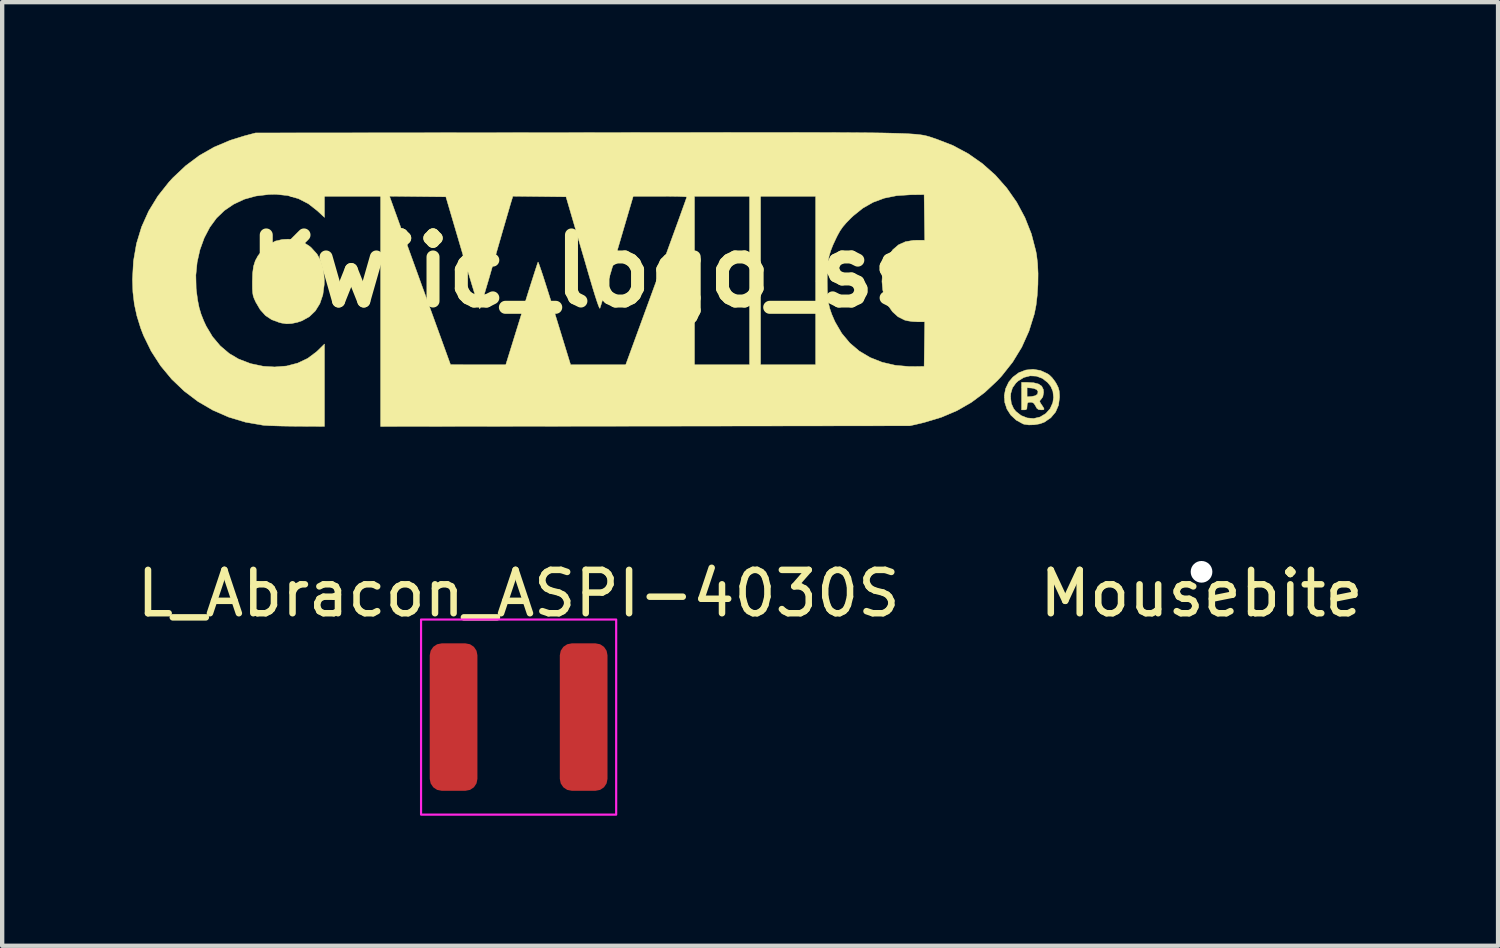
<source format=kicad_pcb>
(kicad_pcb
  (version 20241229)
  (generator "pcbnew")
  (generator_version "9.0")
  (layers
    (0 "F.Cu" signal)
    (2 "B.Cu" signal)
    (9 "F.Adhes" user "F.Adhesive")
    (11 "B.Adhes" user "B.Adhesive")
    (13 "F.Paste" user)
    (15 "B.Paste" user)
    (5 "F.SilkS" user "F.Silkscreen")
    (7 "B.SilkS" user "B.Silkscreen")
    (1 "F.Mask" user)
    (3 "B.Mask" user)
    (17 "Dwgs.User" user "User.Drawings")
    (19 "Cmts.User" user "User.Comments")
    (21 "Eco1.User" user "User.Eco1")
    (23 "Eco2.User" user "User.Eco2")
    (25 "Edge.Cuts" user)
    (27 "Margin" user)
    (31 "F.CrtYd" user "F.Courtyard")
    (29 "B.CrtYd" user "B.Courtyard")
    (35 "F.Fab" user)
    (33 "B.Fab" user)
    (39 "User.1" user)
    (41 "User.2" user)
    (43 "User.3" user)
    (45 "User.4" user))
  (footprint "Kwiic_logo_ss"
    (layer "F.Cu")
    (at 10.529 3.203)
    (property "Reference" "Kwiic_logo_ss" (at 0 0 0) (layer "F.SilkS") (effects (font (size 1.524 1.524) (thickness 0.3))))
    (attr through_hole)
    (fp_poly (pts (xy -6.746 -0.72) (xy -6.584 -0.667) (xy -6.438 -0.573) (xy -6.4 -0.54) (xy -6.267 -0.393) (xy -6.174 -0.223) (xy -6.118 -0.026) (xy -6.099 0.202) (xy -6.102 0.315) (xy -6.133 0.547) (xy -6.202 0.749) (xy -6.306 0.917) (xy -6.444 1.05) (xy -6.614 1.145) (xy -6.722 1.181) (xy -6.856 1.209) (xy -6.97 1.215) (xy -7.087 1.197) (xy -7.139 1.184) (xy -7.314 1.119) (xy -7.458 1.023) (xy -7.578 0.889) (xy -7.682 0.712) (xy -7.691 0.692) (xy -7.721 0.624) (xy -7.741 0.564) (xy -7.752 0.496) (xy -7.758 0.409) (xy -7.759 0.288) (xy -7.759 0.241) (xy -7.753 0.047) (xy -7.732 -0.11) (xy -7.691 -0.24) (xy -7.628 -0.355) (xy -7.537 -0.467) (xy -7.495 -0.51) (xy -7.362 -0.622) (xy -7.224 -0.694) (xy -7.067 -0.73) (xy -6.934 -0.737) (xy -6.746 -0.72)) (stroke (width 0.01) (type solid)) (fill yes) (layer "F.SilkS"))
    (fp_poly (pts (xy 10.262 2.575) (xy 10.374 2.604) (xy 10.447 2.655) (xy 10.484 2.731) (xy 10.49 2.795) (xy 10.472 2.897) (xy 10.438 2.947) (xy 10.405 2.985) (xy 10.402 3.016) (xy 10.43 3.062) (xy 10.434 3.068) (xy 10.482 3.14) (xy 10.501 3.179) (xy 10.491 3.196) (xy 10.45 3.2) (xy 10.433 3.2) (xy 10.372 3.193) (xy 10.332 3.161) (xy 10.305 3.111) (xy 10.268 3.051) (xy 10.224 3.026) (xy 10.186 3.023) (xy 10.134 3.028) (xy 10.113 3.053) (xy 10.109 3.111) (xy 10.104 3.172) (xy 10.083 3.196) (xy 10.046 3.2) (xy 9.982 3.2) (xy 9.982 2.899) (xy 10.109 2.899) (xy 10.215 2.891) (xy 10.3 2.873) (xy 10.348 2.838) (xy 10.362 2.78) (xy 10.332 2.733) (xy 10.261 2.704) (xy 10.215 2.697) (xy 10.109 2.689) (xy 10.109 2.899) (xy 9.982 2.899) (xy 9.982 2.565) (xy 10.106 2.565) (xy 10.262 2.575)) (stroke (width 0.01) (type solid)) (fill yes) (layer "F.SilkS"))
    (fp_poly (pts (xy 10.415 2.291) (xy 10.573 2.363) (xy 10.625 2.398) (xy 10.686 2.458) (xy 10.75 2.542) (xy 10.784 2.597) (xy 10.827 2.683) (xy 10.849 2.761) (xy 10.857 2.856) (xy 10.858 2.908) (xy 10.834 3.091) (xy 10.766 3.25) (xy 10.655 3.382) (xy 10.504 3.485) (xy 10.401 3.522) (xy 10.276 3.543) (xy 10.15 3.547) (xy 10.043 3.532) (xy 10.017 3.524) (xy 9.858 3.437) (xy 9.733 3.32) (xy 9.644 3.181) (xy 9.594 3.028) (xy 9.586 2.908) (xy 9.728 2.908) (xy 9.745 3.052) (xy 9.798 3.17) (xy 9.85 3.235) (xy 9.972 3.331) (xy 10.112 3.386) (xy 10.261 3.399) (xy 10.405 3.365) (xy 10.408 3.364) (xy 10.541 3.284) (xy 10.641 3.171) (xy 10.702 3.034) (xy 10.719 2.911) (xy 10.704 2.773) (xy 10.656 2.66) (xy 10.584 2.569) (xy 10.461 2.473) (xy 10.323 2.422) (xy 10.179 2.415) (xy 10.035 2.452) (xy 9.903 2.533) (xy 9.85 2.582) (xy 9.772 2.691) (xy 9.734 2.817) (xy 9.728 2.908) (xy 9.586 2.908) (xy 9.583 2.868) (xy 9.614 2.709) (xy 9.687 2.557) (xy 9.781 2.445) (xy 9.92 2.341) (xy 10.079 2.281) (xy 10.247 2.264) (xy 10.415 2.291)) (stroke (width 0.01) (type solid)) (fill yes) (layer "F.SilkS"))
    (fp_poly (pts (xy 4.48 -3.198) (xy 4.879 -3.197) (xy 5.243 -3.197) (xy 5.574 -3.196) (xy 5.873 -3.195) (xy 6.143 -3.193) (xy 6.385 -3.191) (xy 6.601 -3.189) (xy 6.793 -3.186) (xy 6.962 -3.182) (xy 7.111 -3.178) (xy 7.241 -3.174) (xy 7.353 -3.169) (xy 7.45 -3.163) (xy 7.533 -3.157) (xy 7.604 -3.15) (xy 7.666 -3.142) (xy 7.719 -3.134) (xy 7.765 -3.124) (xy 7.806 -3.114) (xy 7.845 -3.103) (xy 7.882 -3.091) (xy 7.919 -3.079) (xy 7.959 -3.065) (xy 8.003 -3.05) (xy 8.019 -3.045) (xy 8.398 -2.898) (xy 8.752 -2.708) (xy 9.079 -2.479) (xy 9.377 -2.214) (xy 9.641 -1.915) (xy 9.87 -1.588) (xy 10.059 -1.235) (xy 10.208 -0.859) (xy 10.311 -0.464) (xy 10.327 -0.381) (xy 10.351 -0.178) (xy 10.362 0.056) (xy 10.359 0.306) (xy 10.343 0.555) (xy 10.316 0.787) (xy 10.277 0.985) (xy 10.152 1.384) (xy 9.986 1.754) (xy 9.776 2.098) (xy 9.521 2.42) (xy 9.425 2.523) (xy 9.133 2.797) (xy 8.824 3.027) (xy 8.493 3.217) (xy 8.133 3.37) (xy 7.739 3.489) (xy 7.65 3.511) (xy 7.404 3.567) (xy 1.302 3.575) (xy -4.801 3.582) (xy -4.801 -1.727) (xy -6.096 -1.727) (xy -6.096 -1.239) (xy -6.26 -1.392) (xy -6.467 -1.554) (xy -6.695 -1.671) (xy -6.891 -1.728) (xy -4.596 -1.728) (xy -4.501 -1.465) (xy -4.477 -1.397) (xy -4.436 -1.285) (xy -4.382 -1.135) (xy -4.316 -0.951) (xy -4.238 -0.738) (xy -4.152 -0.501) (xy -4.059 -0.244) (xy -3.96 0.029) (xy -3.858 0.312) (xy -3.797 0.478) (xy -3.188 2.158) (xy -2.551 2.159) (xy -1.914 2.159) (xy -1.55 0.984) (xy -1.477 0.75) (xy -1.409 0.53) (xy -1.346 0.33) (xy -1.29 0.155) (xy -1.243 0.008) (xy -1.206 -0.105) (xy -1.182 -0.178) (xy -1.17 -0.209) (xy -1.17 -0.209) (xy -1.159 -0.19) (xy -1.136 -0.126) (xy -1.1 -0.022) (xy -1.054 0.116) (xy -1 0.285) (xy -0.938 0.479) (xy -0.87 0.695) (xy -0.798 0.928) (xy -0.786 0.965) (xy -0.419 2.159) (xy 0.216 2.159) (xy 0.852 2.159) (xy 1.556 0.233) (xy 1.665 -0.066) (xy 1.77 -0.351) (xy 1.867 -0.619) (xy 1.957 -0.866) (xy 2.038 -1.088) (xy 2.108 -1.282) (xy 2.166 -1.444) (xy 2.212 -1.571) (xy 2.243 -1.659) (xy 2.259 -1.705) (xy 2.261 -1.71) (xy 2.236 -1.715) (xy 2.168 -1.719) (xy 2.063 -1.723) (xy 1.928 -1.725) (xy 1.769 -1.727) (xy 1.643 -1.727) (xy 2.438 -1.727) (xy 2.438 2.159) (xy 3.708 2.159) (xy 3.708 -1.727) (xy 3.962 -1.727) (xy 3.962 2.159) (xy 5.232 2.159) (xy 5.232 0.229) (xy 5.499 0.229) (xy 5.502 0.432) (xy 5.511 0.598) (xy 5.529 0.738) (xy 5.559 0.865) (xy 5.603 0.993) (xy 5.663 1.133) (xy 5.686 1.181) (xy 5.835 1.436) (xy 6.02 1.658) (xy 6.238 1.843) (xy 6.488 1.992) (xy 6.766 2.102) (xy 7.069 2.172) (xy 7.396 2.201) (xy 7.493 2.201) (xy 7.734 2.197) (xy 7.741 1.683) (xy 7.748 1.168) (xy 7.574 1.168) (xy 7.463 1.162) (xy 7.354 1.146) (xy 7.285 1.129) (xy 7.132 1.052) (xy 7.004 0.936) (xy 6.902 0.79) (xy 6.827 0.621) (xy 6.78 0.434) (xy 6.762 0.239) (xy 6.775 0.042) (xy 6.82 -0.15) (xy 6.898 -0.33) (xy 7.01 -0.491) (xy 7.011 -0.493) (xy 7.143 -0.606) (xy 7.302 -0.678) (xy 7.49 -0.71) (xy 7.549 -0.711) (xy 7.748 -0.711) (xy 7.734 -1.765) (xy 7.417 -1.761) (xy 7.1 -1.74) (xy 6.816 -1.683) (xy 6.559 -1.588) (xy 6.322 -1.453) (xy 6.1 -1.275) (xy 6.042 -1.22) (xy 5.937 -1.112) (xy 5.858 -1.02) (xy 5.795 -0.929) (xy 5.736 -0.823) (xy 5.706 -0.762) (xy 5.634 -0.608) (xy 5.581 -0.474) (xy 5.543 -0.347) (xy 5.519 -0.214) (xy 5.506 -0.063) (xy 5.5 0.119) (xy 5.499 0.229) (xy 5.232 0.229) (xy 5.232 -1.727) (xy 3.962 -1.727) (xy 3.708 -1.727) (xy 2.438 -1.727) (xy 1.643 -1.727) (xy 1.025 -1.727) (xy 0.65 -0.451) (xy 0.577 -0.205) (xy 0.509 0.026) (xy 0.445 0.239) (xy 0.389 0.427) (xy 0.341 0.588) (xy 0.302 0.715) (xy 0.274 0.805) (xy 0.258 0.853) (xy 0.256 0.859) (xy 0.244 0.845) (xy 0.22 0.787) (xy 0.186 0.69) (xy 0.144 0.56) (xy 0.095 0.402) (xy 0.041 0.22) (xy 0.038 0.211) (xy -0.027 -0.012) (xy -0.099 -0.261) (xy -0.175 -0.519) (xy -0.248 -0.77) (xy -0.314 -0.996) (xy -0.342 -1.092) (xy -0.524 -1.714) (xy -1.137 -1.721) (xy -1.75 -1.728) (xy -1.799 -1.569) (xy -1.816 -1.512) (xy -1.845 -1.411) (xy -1.885 -1.274) (xy -1.934 -1.105) (xy -1.991 -0.91) (xy -2.053 -0.694) (xy -2.119 -0.465) (xy -2.172 -0.279) (xy -2.239 -0.049) (xy -2.301 0.167) (xy -2.359 0.362) (xy -2.409 0.533) (xy -2.451 0.674) (xy -2.484 0.781) (xy -2.505 0.847) (xy -2.513 0.87) (xy -2.523 0.85) (xy -2.546 0.785) (xy -2.58 0.681) (xy -2.625 0.541) (xy -2.678 0.37) (xy -2.738 0.171) (xy -2.805 -0.049) (xy -2.876 -0.288) (xy -2.913 -0.413) (xy -3.296 -1.714) (xy -3.946 -1.721) (xy -4.596 -1.728) (xy -6.891 -1.728) (xy -6.944 -1.743) (xy -7.217 -1.772) (xy -7.379 -1.768) (xy -7.677 -1.732) (xy -7.945 -1.658) (xy -8.19 -1.543) (xy -8.403 -1.398) (xy -8.585 -1.223) (xy -8.741 -1.01) (xy -8.869 -0.765) (xy -8.967 -0.495) (xy -9.032 -0.206) (xy -9.062 0.094) (xy -9.055 0.4) (xy -9.048 0.464) (xy -9.021 0.668) (xy -8.987 0.839) (xy -8.941 0.994) (xy -8.879 1.15) (xy -8.823 1.27) (xy -8.679 1.511) (xy -8.5 1.723) (xy -8.293 1.899) (xy -8.077 2.027) (xy -7.8 2.133) (xy -7.509 2.194) (xy -7.245 2.21) (xy -6.967 2.188) (xy -6.712 2.121) (xy -6.482 2.012) (xy -6.278 1.859) (xy -6.246 1.829) (xy -6.096 1.682) (xy -6.096 3.581) (xy -6.712 3.578) (xy -6.897 3.576) (xy -7.076 3.573) (xy -7.24 3.568) (xy -7.379 3.563) (xy -7.482 3.557) (xy -7.518 3.553) (xy -7.92 3.483) (xy -8.305 3.367) (xy -8.671 3.207) (xy -9.015 3.006) (xy -9.332 2.766) (xy -9.62 2.491) (xy -9.874 2.184) (xy -10.092 1.847) (xy -10.27 1.483) (xy -10.335 1.313) (xy -10.422 1.032) (xy -10.481 0.761) (xy -10.514 0.481) (xy -10.524 0.191) (xy -10.501 -0.231) (xy -10.431 -0.635) (xy -10.314 -1.019) (xy -10.151 -1.383) (xy -9.94 -1.728) (xy -9.683 -2.053) (xy -9.595 -2.149) (xy -9.297 -2.43) (xy -8.981 -2.666) (xy -8.641 -2.86) (xy -8.272 -3.016) (xy -7.945 -3.118) (xy -7.684 -3.187) (xy -0.178 -3.194) (xy 0.564 -3.195) (xy 1.256 -3.196) (xy 1.901 -3.196) (xy 2.501 -3.197) (xy 3.057 -3.197) (xy 3.571 -3.198) (xy 4.045 -3.198) (xy 4.48 -3.198)) (stroke (width 0.01) (type solid)) (fill yes) (layer "F.SilkS")))
  (footprint "L_Abracon_ASPI-4030S"
    (layer "F.Cu")
    (at 8.911 13.488)
    (property "Reference" "L_Abracon_ASPI-4030S" (at 0 -2.85 0) (unlocked yes) (layer "F.SilkS") (effects (font (size 1 1) (thickness 0.15))))
    (attr smd)
    (fp_rect (start -2.25 -2.25) (end 2.25 2.25) (stroke (width 0.05) (type solid)) (fill no) (layer "F.CrtYd"))
    (pad "1" smd roundrect (at -1.5 0) (size 1.1 3.4) (layers "F.Cu" "F.Mask" "F.Paste") (roundrect_rratio 0.25))
    (pad "2" smd roundrect (at 1.5 0) (size 1.1 3.4) (layers "F.Cu" "F.Mask" "F.Paste") (roundrect_rratio 0.25)))
  (footprint "Mousebite"
    (layer "F.Cu")
    (at 24.661 10.138)
    (property "Reference" "Mousebite" (at 0 0.5 0) (layer "F.SilkS") (effects (font (size 1 1) (thickness 0.15))))
    (attr through_hole)
    (pad "" np_thru_hole circle (at 0 0) (size 0.5 0.5) (drill 0.5) (layers "*.Cu" "*.Mask")))
  (gr_rect
    (start -3 -3)
    (end 31.5 18.763)
    (stroke (width 0.1) (type default))
    (fill no)
    (layer "Edge.Cuts")))
</source>
